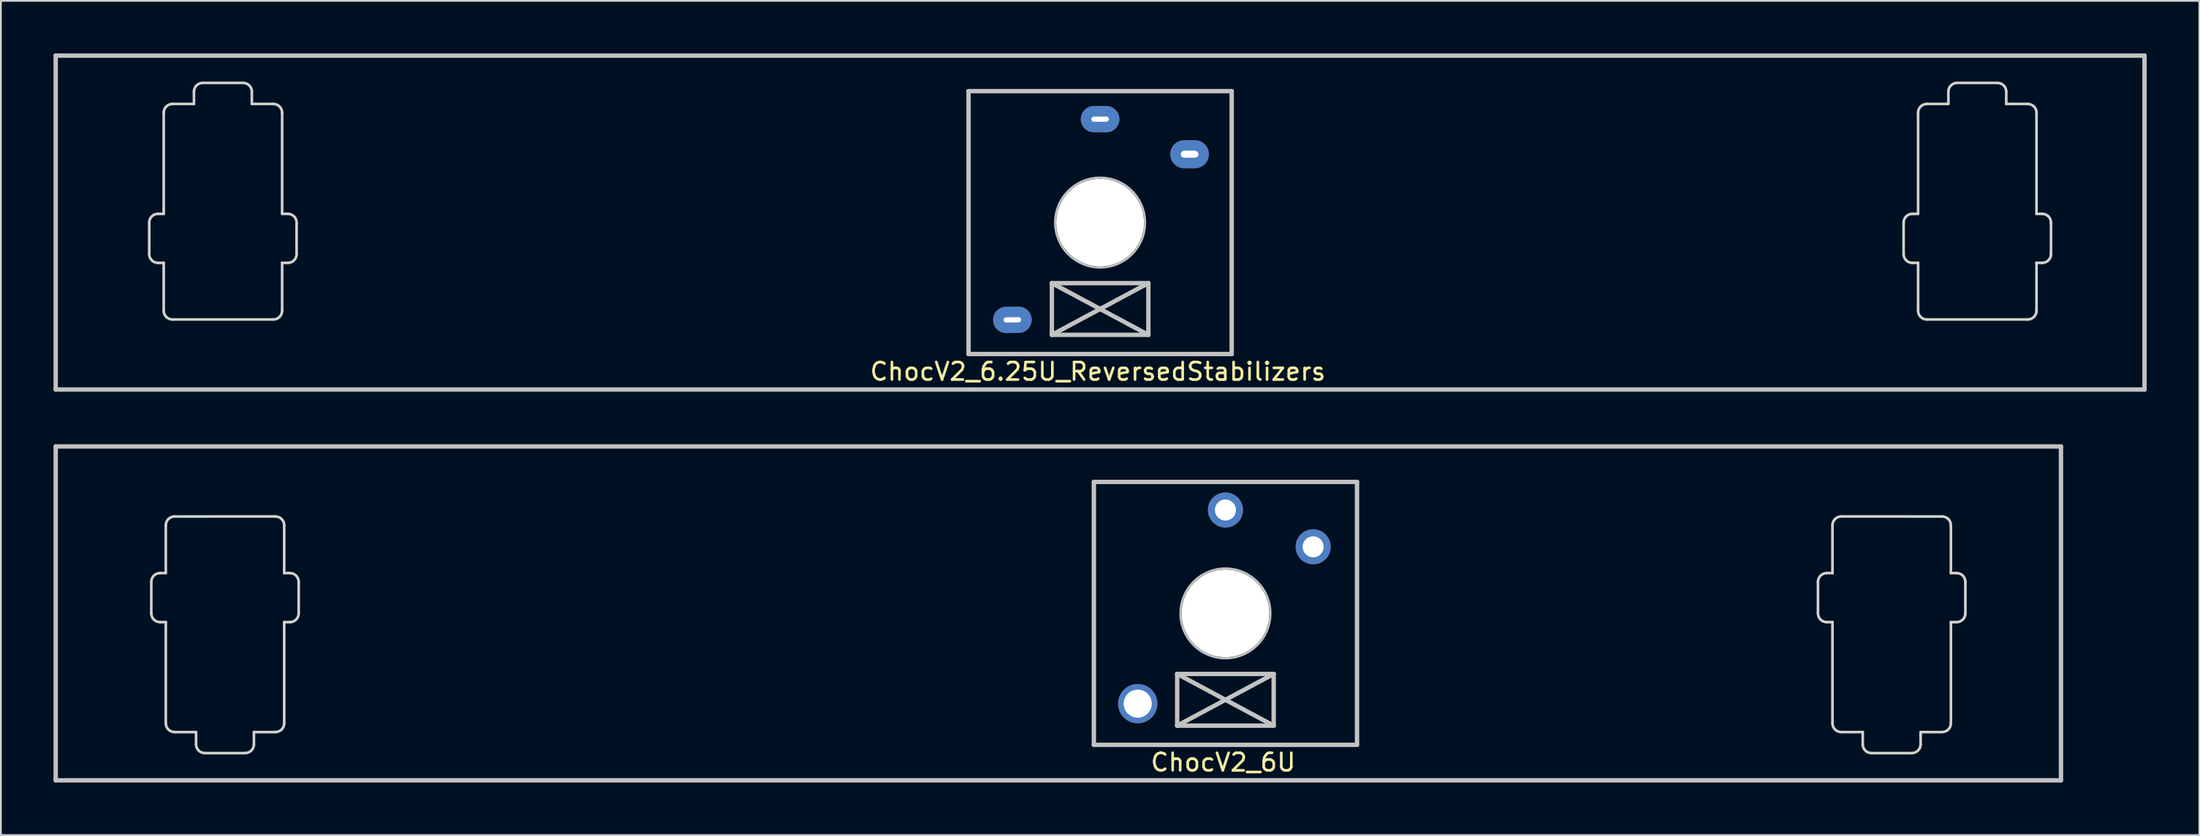
<source format=kicad_pcb>
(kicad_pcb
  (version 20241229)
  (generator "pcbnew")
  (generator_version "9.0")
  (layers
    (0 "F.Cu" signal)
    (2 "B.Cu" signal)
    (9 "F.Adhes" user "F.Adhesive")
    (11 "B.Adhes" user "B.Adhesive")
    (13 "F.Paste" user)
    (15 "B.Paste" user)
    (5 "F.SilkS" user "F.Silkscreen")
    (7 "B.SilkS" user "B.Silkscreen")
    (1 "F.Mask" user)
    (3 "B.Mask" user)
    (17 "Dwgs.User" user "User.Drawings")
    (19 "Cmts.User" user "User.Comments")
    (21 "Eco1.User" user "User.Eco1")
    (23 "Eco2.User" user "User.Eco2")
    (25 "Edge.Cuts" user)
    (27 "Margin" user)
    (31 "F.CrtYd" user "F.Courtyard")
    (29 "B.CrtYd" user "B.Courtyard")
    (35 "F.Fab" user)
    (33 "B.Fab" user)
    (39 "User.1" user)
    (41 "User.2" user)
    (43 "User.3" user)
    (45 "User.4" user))
  (footprint "ChocV2_6.25U_ReversedStabilizers"
    (layer "F.Cu")
    (at 59.656 9.65)
    (property "Reference" "ChocV2_6.25U_ReversedStabilizers" (at -0.127 8.5 0) (layer "F.SilkS") (effects (font (size 1 1) (thickness 0.15))))
    (attr through_hole)
    (fp_line (start -59.531 9.525) (end -59.531 -9.525) (stroke (width 0.25) (type solid)) (layer "Dwgs.User"))
    (fp_line (start -59.531 9.525) (end 59.531 9.525) (stroke (width 0.25) (type solid)) (layer "Dwgs.User"))
    (fp_line (start -7.5 -7.5) (end 7.5 -7.5) (stroke (width 0.25) (type solid)) (layer "Dwgs.User"))
    (fp_line (start -7.5 7.5) (end -7.5 -7.5) (stroke (width 0.25) (type solid)) (layer "Dwgs.User"))
    (fp_line (start -2.75 3.455) (end -2.75 6.405) (stroke (width 0.25) (type solid)) (layer "Dwgs.User"))
    (fp_line (start -2.75 3.455) (end 2.75 6.405) (stroke (width 0.25) (type solid)) (layer "Dwgs.User"))
    (fp_line (start -2.75 6.405) (end 2.75 3.455) (stroke (width 0.25) (type solid)) (layer "Dwgs.User"))
    (fp_line (start -2.75 6.405) (end 2.75 6.405) (stroke (width 0.25) (type solid)) (layer "Dwgs.User"))
    (fp_line (start 2.75 3.455) (end -2.75 3.455) (stroke (width 0.25) (type solid)) (layer "Dwgs.User"))
    (fp_line (start 2.75 6.405) (end 2.75 3.455) (stroke (width 0.25) (type solid)) (layer "Dwgs.User"))
    (fp_line (start 7.5 -7.5) (end 7.5 7.5) (stroke (width 0.25) (type solid)) (layer "Dwgs.User"))
    (fp_line (start 7.5 7.5) (end -7.5 7.5) (stroke (width 0.25) (type solid)) (layer "Dwgs.User"))
    (fp_line (start 59.531 -9.525) (end -59.531 -9.525) (stroke (width 0.25) (type solid)) (layer "Dwgs.User"))
    (fp_line (start 59.531 -9.525) (end 59.531 9.525) (stroke (width 0.25) (type solid)) (layer "Dwgs.User"))
    (fp_circle (center 0 0) (end -0.711 -2.464) (stroke (width 0.12) (type solid)) (fill no) (layer "Dwgs.User"))
    (fp_line (start -54.2 1.799) (end -54.2 0.001) (stroke (width 0.15) (type solid)) (layer "Edge.Cuts"))
    (fp_line (start -53.7 -0.499) (end -53.375 -0.499) (stroke (width 0.15) (type solid)) (layer "Edge.Cuts"))
    (fp_line (start -53.375 -0.499) (end -53.375 -6.269) (stroke (width 0.15) (type solid)) (layer "Edge.Cuts"))
    (fp_line (start -53.375 2.299) (end -53.7 2.299) (stroke (width 0.15) (type solid)) (layer "Edge.Cuts"))
    (fp_line (start -53.375 5.029) (end -53.375 2.299) (stroke (width 0.15) (type solid)) (layer "Edge.Cuts"))
    (fp_line (start -52.875 -6.769) (end -51.65 -6.769) (stroke (width 0.15) (type solid)) (layer "Edge.Cuts"))
    (fp_line (start -51.65 -6.769) (end -51.65 -7.47) (stroke (width 0.15) (type solid)) (layer "Edge.Cuts"))
    (fp_line (start -48.851 -7.97) (end -51.15 -7.97) (stroke (width 0.15) (type solid)) (layer "Edge.Cuts"))
    (fp_line (start -48.351 -6.77) (end -48.351 -7.47) (stroke (width 0.15) (type solid)) (layer "Edge.Cuts"))
    (fp_line (start -47.125 -6.77) (end -48.351 -6.77) (stroke (width 0.15) (type solid)) (layer "Edge.Cuts"))
    (fp_line (start -47.125 5.529) (end -52.875 5.529) (stroke (width 0.15) (type solid)) (layer "Edge.Cuts"))
    (fp_line (start -46.625 -0.5) (end -46.625 -6.27) (stroke (width 0.15) (type solid)) (layer "Edge.Cuts"))
    (fp_line (start -46.625 2.299) (end -46.3 2.299) (stroke (width 0.15) (type solid)) (layer "Edge.Cuts"))
    (fp_line (start -46.625 5.029) (end -46.625 2.299) (stroke (width 0.15) (type solid)) (layer "Edge.Cuts"))
    (fp_line (start -46.3 -0.5) (end -46.625 -0.5) (stroke (width 0.15) (type solid)) (layer "Edge.Cuts"))
    (fp_line (start -45.8 1.799) (end -45.8 0.000496) (stroke (width 0.15) (type solid)) (layer "Edge.Cuts"))
    (fp_line (start 45.8 1.799) (end 45.8 0.000496) (stroke (width 0.15) (type solid)) (layer "Edge.Cuts"))
    (fp_line (start 46.3 -0.5) (end 46.625 -0.5) (stroke (width 0.15) (type solid)) (layer "Edge.Cuts"))
    (fp_line (start 46.625 5.029) (end 46.625 2.299) (stroke (width 0.15) (type solid)) (layer "Edge.Cuts"))
    (fp_line (start 46.625 2.299) (end 46.3 2.299) (stroke (width 0.15) (type solid)) (layer "Edge.Cuts"))
    (fp_line (start 46.625 -0.5) (end 46.625 -6.27) (stroke (width 0.15) (type solid)) (layer "Edge.Cuts"))
    (fp_line (start 47.125 5.529) (end 52.875 5.529) (stroke (width 0.15) (type solid)) (layer "Edge.Cuts"))
    (fp_line (start 47.125 -6.77) (end 48.351 -6.77) (stroke (width 0.15) (type solid)) (layer "Edge.Cuts"))
    (fp_line (start 48.351 -6.77) (end 48.351 -7.47) (stroke (width 0.15) (type solid)) (layer "Edge.Cuts"))
    (fp_line (start 48.851 -7.97) (end 51.15 -7.97) (stroke (width 0.15) (type solid)) (layer "Edge.Cuts"))
    (fp_line (start 51.65 -6.769) (end 51.65 -7.47) (stroke (width 0.15) (type solid)) (layer "Edge.Cuts"))
    (fp_line (start 52.875 -6.769) (end 51.65 -6.769) (stroke (width 0.15) (type solid)) (layer "Edge.Cuts"))
    (fp_line (start 53.375 -0.499) (end 53.375 -6.269) (stroke (width 0.15) (type solid)) (layer "Edge.Cuts"))
    (fp_line (start 53.375 2.299) (end 53.7 2.299) (stroke (width 0.15) (type solid)) (layer "Edge.Cuts"))
    (fp_line (start 53.375 5.029) (end 53.375 2.299) (stroke (width 0.15) (type solid)) (layer "Edge.Cuts"))
    (fp_line (start 53.7 -0.499) (end 53.375 -0.499) (stroke (width 0.15) (type solid)) (layer "Edge.Cuts"))
    (fp_line (start 54.2 1.799) (end 54.2 0.001) (stroke (width 0.15) (type solid)) (layer "Edge.Cuts"))
    (fp_arc (start -54.200318 0.000499) (mid -54.053872 -0.353053) (end -53.70032 -0.499499) (stroke (width 0.15) (type solid)) (layer "Edge.Cuts"))
    (fp_arc (start -53.70032 2.2993) (mid -54.053873 2.152853) (end -54.20032 1.7993) (stroke (width 0.15) (type solid)) (layer "Edge.Cuts"))
    (fp_arc (start -53.37485 -6.269499) (mid -53.228403 -6.623052) (end -52.87485 -6.769499) (stroke (width 0.15) (type solid)) (layer "Edge.Cuts"))
    (fp_arc (start -52.87485 5.529499) (mid -53.228403 5.383052) (end -53.37485 5.029499) (stroke (width 0.15) (type solid)) (layer "Edge.Cuts"))
    (fp_arc (start -51.64956 -7.469799) (mid -51.503113 -7.823352) (end -51.14956 -7.969799) (stroke (width 0.15) (type solid)) (layer "Edge.Cuts"))
    (fp_arc (start -48.85055 -7.9698) (mid -48.496996 -7.823354) (end -48.350549 -7.469801) (stroke (width 0.15) (type solid)) (layer "Edge.Cuts"))
    (fp_arc (start -47.125258 -6.769502) (mid -46.771705 -6.623055) (end -46.625258 -6.269502) (stroke (width 0.15) (type solid)) (layer "Edge.Cuts"))
    (fp_arc (start -46.62525 5.029497) (mid -46.771697 5.38305) (end -47.12525 5.529497) (stroke (width 0.15) (type solid)) (layer "Edge.Cuts"))
    (fp_arc (start -46.299785 -0.499503) (mid -45.946231 -0.353057) (end -45.799784 0.000496) (stroke (width 0.15) (type solid)) (layer "Edge.Cuts"))
    (fp_arc (start -45.799782 1.799297) (mid -45.946229 2.15285) (end -46.299782 2.299297) (stroke (width 0.15) (type solid)) (layer "Edge.Cuts"))
    (fp_arc (start 45.799785 0.000497) (mid 45.946231 -0.353056) (end 46.299784 -0.499502) (stroke (width 0.15) (type solid)) (layer "Edge.Cuts"))
    (fp_arc (start 46.299781 2.299297) (mid 45.946228 2.15285) (end 45.799782 1.799296) (stroke (width 0.15) (type solid)) (layer "Edge.Cuts"))
    (fp_arc (start 46.625258 -6.269503) (mid 46.771705 -6.623056) (end 47.125259 -6.769502) (stroke (width 0.15) (type solid)) (layer "Edge.Cuts"))
    (fp_arc (start 47.12525 5.529497) (mid 46.771697 5.38305) (end 46.62525 5.029497) (stroke (width 0.15) (type solid)) (layer "Edge.Cuts"))
    (fp_arc (start 48.350549 -7.469801) (mid 48.496996 -7.823354) (end 48.85055 -7.9698) (stroke (width 0.15) (type solid)) (layer "Edge.Cuts"))
    (fp_arc (start 51.14956 -7.969799) (mid 51.503113 -7.823352) (end 51.64956 -7.469799) (stroke (width 0.15) (type solid)) (layer "Edge.Cuts"))
    (fp_arc (start 52.87485 -6.769499) (mid 53.228403 -6.623052) (end 53.37485 -6.269499) (stroke (width 0.15) (type solid)) (layer "Edge.Cuts"))
    (fp_arc (start 53.374851 5.029499) (mid 53.228404 5.383053) (end 52.87485 5.5295) (stroke (width 0.15) (type solid)) (layer "Edge.Cuts"))
    (fp_arc (start 53.70032 -0.499501) (mid 54.053873 -0.353054) (end 54.20032 0.000499) (stroke (width 0.15) (type solid)) (layer "Edge.Cuts"))
    (fp_arc (start 54.20032 1.7993) (mid 54.053873 2.152853) (end 53.70032 2.2993) (stroke (width 0.15) (type solid)) (layer "Edge.Cuts"))
    (pad "" np_thru_hole circle (at 0 0 90) (size 5 5) (drill 5) (layers "*.Cu" "*.Mask"))
    (pad "1" thru_hole oval (at 5.1 -3.9 180) (size 2.2 1.6) (drill oval 1 0.4) (layers "*.Cu" "B.Mask"))
    (pad "2" thru_hole oval (at 0 -5.9 180) (size 2.2 1.5) (drill oval 1 0.3) (layers "*.Cu" "B.Mask"))
    (pad "NC" thru_hole oval (at -5 5.55 180.5) (size 2.2 1.5) (drill oval 1 0.3) (layers "*.Cu" "B.Mask")))
  (footprint "ChocV2_6U"
    (layer "F.Cu")
    (at 57.275 31.95)
    (property "Reference" "ChocV2_6U" (at 9.398 8.5 0) (layer "F.SilkS") (effects (font (size 1 1) (thickness 0.15))))
    (attr through_hole)
    (fp_line (start -57.15 9.525) (end -57.15 -9.525) (stroke (width 0.25) (type solid)) (layer "Dwgs.User"))
    (fp_line (start -57.15 9.525) (end 57.15 9.525) (stroke (width 0.25) (type solid)) (layer "Dwgs.User"))
    (fp_line (start 2.025 -7.5) (end 17.025 -7.5) (stroke (width 0.25) (type solid)) (layer "Dwgs.User"))
    (fp_line (start 2.025 7.5) (end 2.025 -7.5) (stroke (width 0.25) (type solid)) (layer "Dwgs.User"))
    (fp_line (start 6.775 3.455) (end 6.775 6.405) (stroke (width 0.25) (type solid)) (layer "Dwgs.User"))
    (fp_line (start 6.775 3.455) (end 12.275 6.405) (stroke (width 0.25) (type solid)) (layer "Dwgs.User"))
    (fp_line (start 6.775 6.405) (end 12.275 3.455) (stroke (width 0.25) (type solid)) (layer "Dwgs.User"))
    (fp_line (start 6.775 6.405) (end 12.275 6.405) (stroke (width 0.25) (type solid)) (layer "Dwgs.User"))
    (fp_line (start 12.275 3.455) (end 6.775 3.455) (stroke (width 0.25) (type solid)) (layer "Dwgs.User"))
    (fp_line (start 12.275 6.405) (end 12.275 3.455) (stroke (width 0.25) (type solid)) (layer "Dwgs.User"))
    (fp_line (start 17.025 -7.5) (end 17.025 7.5) (stroke (width 0.25) (type solid)) (layer "Dwgs.User"))
    (fp_line (start 17.025 7.5) (end 2.025 7.5) (stroke (width 0.25) (type solid)) (layer "Dwgs.User"))
    (fp_line (start 57.15 -9.525) (end -57.15 -9.525) (stroke (width 0.25) (type solid)) (layer "Dwgs.User"))
    (fp_line (start 57.15 -9.525) (end 57.15 9.525) (stroke (width 0.25) (type solid)) (layer "Dwgs.User"))
    (fp_circle (center 9.525 0) (end 8.814 -2.464) (stroke (width 0.12) (type solid)) (fill no) (layer "Dwgs.User"))
    (fp_line (start -51.701 -1.801) (end -51.701 -0.001) (stroke (width 0.15) (type solid)) (layer "Edge.Cuts"))
    (fp_line (start -51.201 0.499) (end -50.875 0.499) (stroke (width 0.15) (type solid)) (layer "Edge.Cuts"))
    (fp_line (start -50.875 -5.03) (end -50.875 -2.301) (stroke (width 0.15) (type solid)) (layer "Edge.Cuts"))
    (fp_line (start -50.875 -2.301) (end -51.201 -2.301) (stroke (width 0.15) (type solid)) (layer "Edge.Cuts"))
    (fp_line (start -50.875 0.499) (end -50.875 6.271) (stroke (width 0.15) (type solid)) (layer "Edge.Cuts"))
    (fp_line (start -50.375 6.771) (end -49.15 6.771) (stroke (width 0.15) (type solid)) (layer "Edge.Cuts"))
    (fp_line (start -49.15 6.771) (end -49.15 7.471) (stroke (width 0.15) (type solid)) (layer "Edge.Cuts"))
    (fp_line (start -48.65 7.971) (end -46.351 7.971) (stroke (width 0.15) (type solid)) (layer "Edge.Cuts"))
    (fp_line (start -45.851 6.771) (end -45.851 7.471) (stroke (width 0.15) (type solid)) (layer "Edge.Cuts"))
    (fp_line (start -44.626 -5.531) (end -50.375 -5.53) (stroke (width 0.15) (type solid)) (layer "Edge.Cuts"))
    (fp_line (start -44.626 6.771) (end -45.851 6.771) (stroke (width 0.15) (type solid)) (layer "Edge.Cuts"))
    (fp_line (start -44.126 -5.03) (end -44.126 -2.301) (stroke (width 0.15) (type solid)) (layer "Edge.Cuts"))
    (fp_line (start -44.126 -2.301) (end -43.8 -2.301) (stroke (width 0.15) (type solid)) (layer "Edge.Cuts"))
    (fp_line (start -44.126 0.499) (end -44.126 6.271) (stroke (width 0.15) (type solid)) (layer "Edge.Cuts"))
    (fp_line (start -43.8 0.499) (end -44.126 0.499) (stroke (width 0.15) (type solid)) (layer "Edge.Cuts"))
    (fp_line (start -43.3 -1.801) (end -43.3 -0.001) (stroke (width 0.15) (type solid)) (layer "Edge.Cuts"))
    (fp_line (start 43.3 -1.801) (end 43.3 -0.001) (stroke (width 0.15) (type solid)) (layer "Edge.Cuts"))
    (fp_line (start 43.8 0.499) (end 44.126 0.499) (stroke (width 0.15) (type solid)) (layer "Edge.Cuts"))
    (fp_line (start 44.126 0.499) (end 44.126 6.271) (stroke (width 0.15) (type solid)) (layer "Edge.Cuts"))
    (fp_line (start 44.126 -2.301) (end 43.8 -2.301) (stroke (width 0.15) (type solid)) (layer "Edge.Cuts"))
    (fp_line (start 44.126 -5.03) (end 44.126 -2.301) (stroke (width 0.15) (type solid)) (layer "Edge.Cuts"))
    (fp_line (start 44.626 6.771) (end 45.851 6.771) (stroke (width 0.15) (type solid)) (layer "Edge.Cuts"))
    (fp_line (start 44.626 -5.531) (end 50.375 -5.53) (stroke (width 0.15) (type solid)) (layer "Edge.Cuts"))
    (fp_line (start 45.851 6.771) (end 45.851 7.471) (stroke (width 0.15) (type solid)) (layer "Edge.Cuts"))
    (fp_line (start 48.65 7.971) (end 46.351 7.971) (stroke (width 0.15) (type solid)) (layer "Edge.Cuts"))
    (fp_line (start 49.15 6.771) (end 49.15 7.471) (stroke (width 0.15) (type solid)) (layer "Edge.Cuts"))
    (fp_line (start 50.375 6.771) (end 49.15 6.771) (stroke (width 0.15) (type solid)) (layer "Edge.Cuts"))
    (fp_line (start 50.875 -5.03) (end 50.875 -2.301) (stroke (width 0.15) (type solid)) (layer "Edge.Cuts"))
    (fp_line (start 50.875 -2.301) (end 51.201 -2.301) (stroke (width 0.15) (type solid)) (layer "Edge.Cuts"))
    (fp_line (start 50.875 0.499) (end 50.875 6.271) (stroke (width 0.15) (type solid)) (layer "Edge.Cuts"))
    (fp_line (start 51.201 0.499) (end 50.875 0.499) (stroke (width 0.15) (type solid)) (layer "Edge.Cuts"))
    (fp_line (start 51.701 -1.801) (end 51.701 -0.001) (stroke (width 0.15) (type solid)) (layer "Edge.Cuts"))
    (fp_arc (start -51.700649 -1.80072) (mid -51.554203 -2.154273) (end -51.20065 -2.300719) (stroke (width 0.15) (type solid)) (layer "Edge.Cuts"))
    (fp_arc (start -51.20065 0.499451) (mid -51.554203 0.353004) (end -51.70065 -0.000549) (stroke (width 0.15) (type solid)) (layer "Edge.Cuts"))
    (fp_arc (start -50.87465 -5.029542) (mid -50.728239 -5.383059) (end -50.374752 -5.529542) (stroke (width 0.15) (type solid)) (layer "Edge.Cuts"))
    (fp_arc (start -50.37465 6.77095) (mid -50.728203 6.624503) (end -50.87465 6.27095) (stroke (width 0.15) (type solid)) (layer "Edge.Cuts"))
    (fp_arc (start -48.649649 7.97115) (mid -49.003202 7.824703) (end -49.149649 7.47115) (stroke (width 0.15) (type solid)) (layer "Edge.Cuts"))
    (fp_arc (start -45.850657 7.471125) (mid -45.997099 7.82468) (end -46.35065 7.971132) (stroke (width 0.15) (type solid)) (layer "Edge.Cuts"))
    (fp_arc (start -44.625752 -5.529585) (mid -44.272262 -5.383108) (end -44.125846 -5.029593) (stroke (width 0.15) (type solid)) (layer "Edge.Cuts"))
    (fp_arc (start -44.125675 6.270899) (mid -44.272117 6.624454) (end -44.625668 6.770906) (stroke (width 0.15) (type solid)) (layer "Edge.Cuts"))
    (fp_arc (start -43.799804 -2.300776) (mid -43.446249 -2.154334) (end -43.299797 -1.800783) (stroke (width 0.15) (type solid)) (layer "Edge.Cuts"))
    (fp_arc (start -43.299771 -0.000613) (mid -43.446212 0.352942) (end -43.799763 0.499393) (stroke (width 0.15) (type solid)) (layer "Edge.Cuts"))
    (fp_arc (start 43.299797 -1.800784) (mid 43.446249 -2.154335) (end 43.799805 -2.300776) (stroke (width 0.15) (type solid)) (layer "Edge.Cuts"))
    (fp_arc (start 43.799763 0.499394) (mid 43.446212 0.352942) (end 43.29977 -0.000613) (stroke (width 0.15) (type solid)) (layer "Edge.Cuts"))
    (fp_arc (start 44.125846 -5.029593) (mid 44.272262 -5.383108) (end 44.625752 -5.529585) (stroke (width 0.15) (type solid)) (layer "Edge.Cuts"))
    (fp_arc (start 44.625667 6.770906) (mid 44.272116 6.624454) (end 44.125675 6.270898) (stroke (width 0.15) (type solid)) (layer "Edge.Cuts"))
    (fp_arc (start 46.35065 7.971132) (mid 45.997099 7.82468) (end 45.850657 7.471125) (stroke (width 0.15) (type solid)) (layer "Edge.Cuts"))
    (fp_arc (start 49.149649 7.47115) (mid 49.003202 7.824703) (end 48.649649 7.97115) (stroke (width 0.15) (type solid)) (layer "Edge.Cuts"))
    (fp_arc (start 50.374752 -5.529542) (mid 50.728239 -5.383059) (end 50.87465 -5.029542) (stroke (width 0.15) (type solid)) (layer "Edge.Cuts"))
    (fp_arc (start 50.87465 6.27095) (mid 50.728203 6.624503) (end 50.37465 6.77095) (stroke (width 0.15) (type solid)) (layer "Edge.Cuts"))
    (fp_arc (start 51.20065 -2.30072) (mid 51.554203 -2.154273) (end 51.70065 -1.80072) (stroke (width 0.15) (type solid)) (layer "Edge.Cuts"))
    (fp_arc (start 51.700649 -0.000549) (mid 51.554203 0.353004) (end 51.20065 0.49945) (stroke (width 0.15) (type solid)) (layer "Edge.Cuts"))
    (pad "" np_thru_hole circle (at 9.525 0 90) (size 5 5) (drill 5) (layers "*.Cu" "*.Mask"))
    (pad "1" thru_hole circle (at 14.525 -3.8 90) (size 2 2) (drill 1.2) (layers "*.Cu" "*.Mask"))
    (pad "2" thru_hole circle (at 9.525 -5.9 90) (size 2 2) (drill 1.2) (layers "*.Cu" "*.Mask"))
    (pad "NC" thru_hole circle (at 4.525 5.15 90) (size 2.24 2.24) (drill 1.6) (layers "*.Cu" "*.Mask")))
  (gr_rect
    (start -3 -3)
    (end 122.312 44.6)
    (stroke (width 0.1) (type default))
    (fill no)
    (layer "Edge.Cuts")))
</source>
